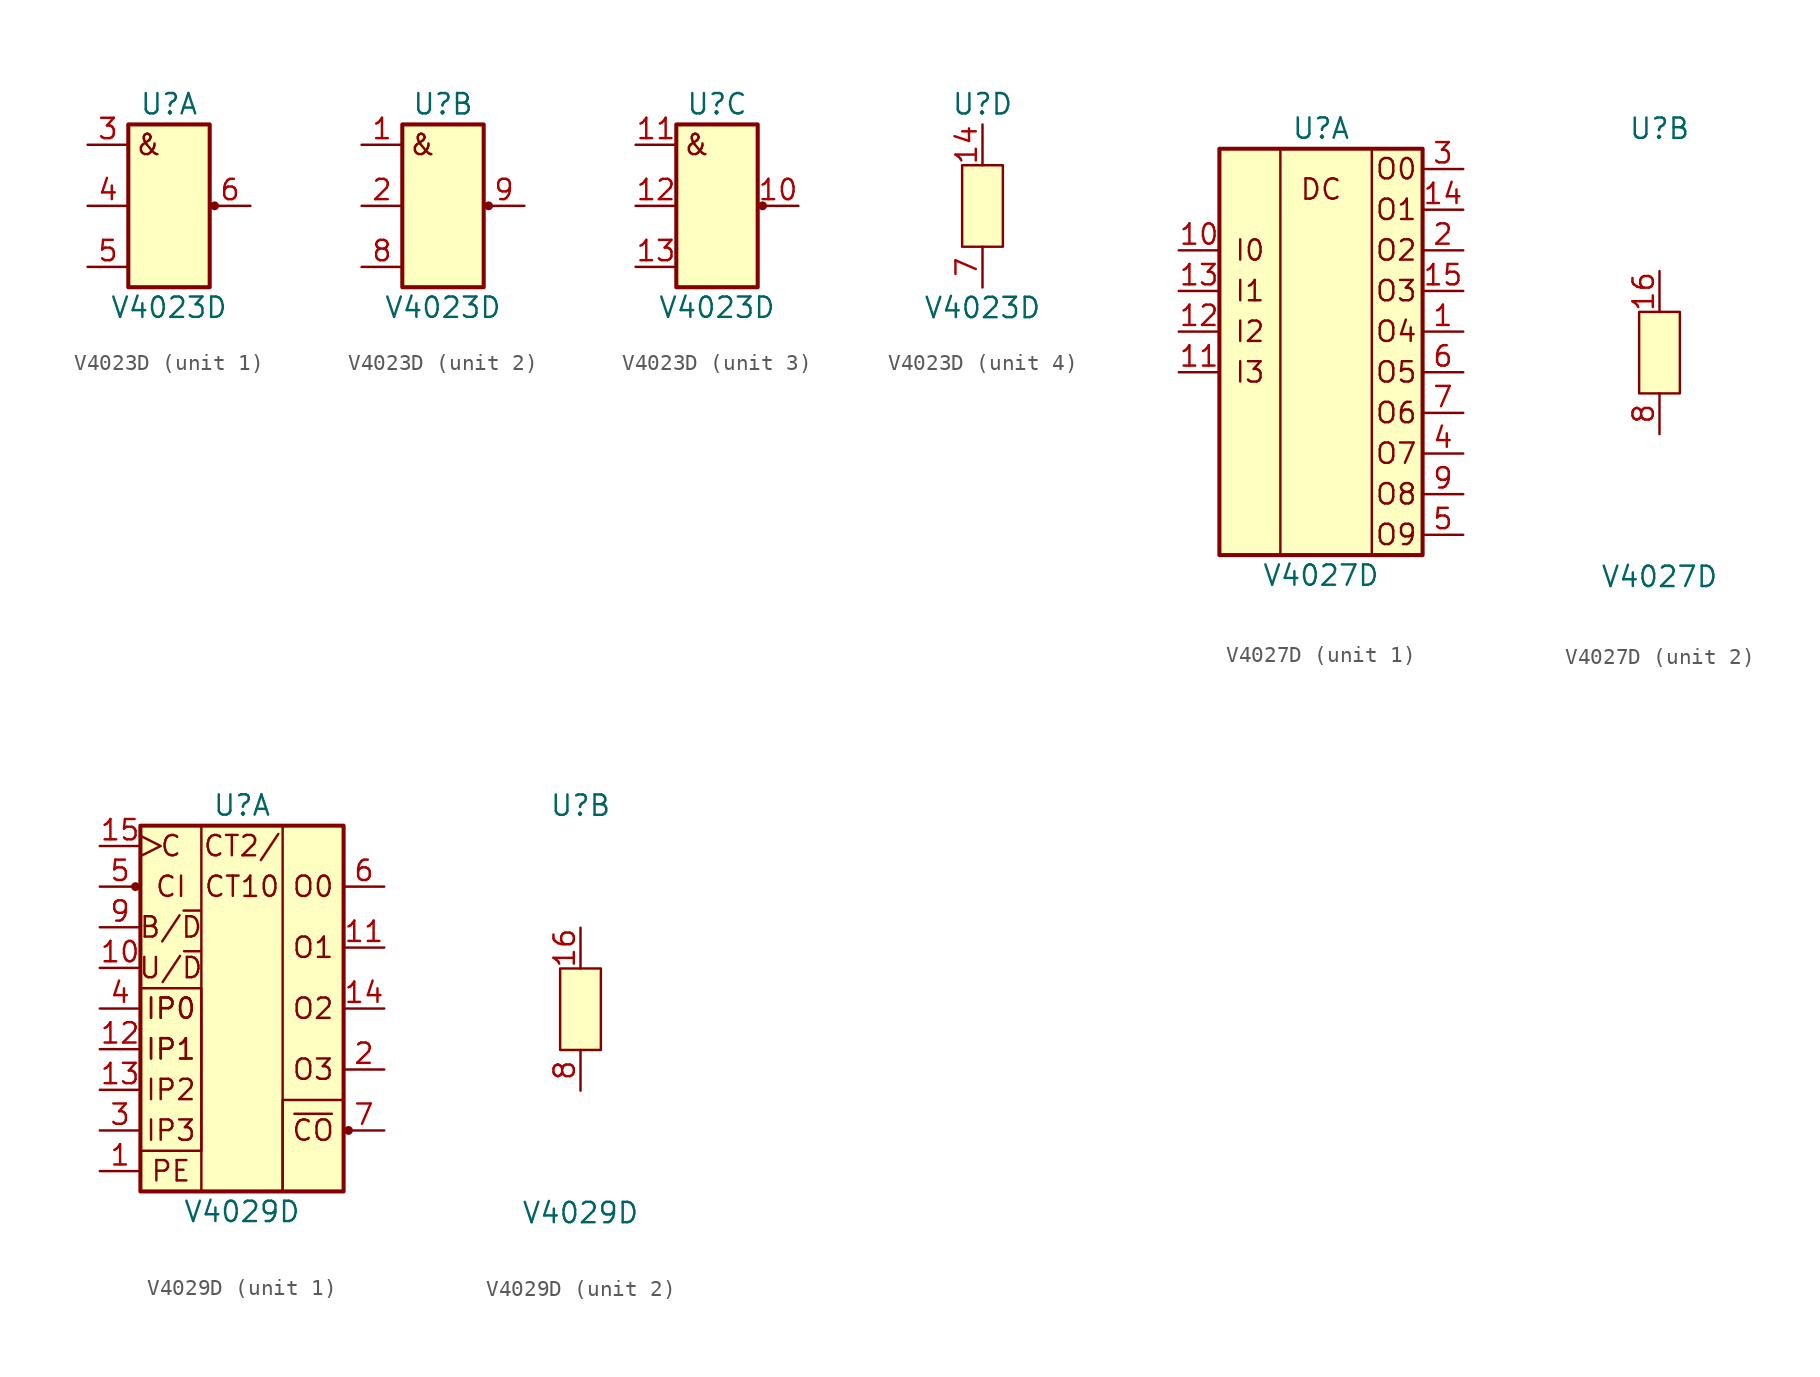
<source format=kicad_sym>
(kicad_symbol_lib
  (version 20211014)
  (generator kicad_symbol_editor)
  (symbol "V4023D"
    (pin_names
      (offset 1.016) hide)
    (property "Reference" "U"
      (at 0 6.35 0)
      (effects (font (size 1.27 1.27))))
    (property "Value" "V4023D"
      (at 0 -6.35 0)
      (effects (font (size 1.27 1.27))))
    (property "ki_locked" ""
      (at 0 0 0)
      (effects (font (size 1.27 1.27))))
    (symbol "V4023D_1_0"
      (pin output line (at 5.08 0 180) (length 2.54) (name "Y1" (effects (font (size 1.27 1.27)))) (number "6" (effects (font (size 1.27 1.27))))))
    (symbol "V4023D_1_1"
      (rectangle (start -2.54 5.08) (end 2.54 -5.08) (stroke (width 0.254) (type default) (color 0 0 0 0)) (fill (type background)))
      (circle (center 2.845 0) (radius 0.203) (stroke (width 0) (type default) (color 0 0 0 0)) (fill (type outline)))
      (text "&" (at -1.27 3.81 0) (effects (font (size 1.27 1.27))))
      (pin input line (at -5.08 3.81 0) (length 2.54) (name "A1" (effects (font (size 1.27 1.27)))) (number "3" (effects (font (size 1.27 1.27)))))
      (pin input line (at -5.08 0 0) (length 2.54) (name "B1" (effects (font (size 1.27 1.27)))) (number "4" (effects (font (size 1.27 1.27)))))
      (pin input line (at -5.08 -3.81 0) (length 2.54) (name "C1" (effects (font (size 1.27 1.27)))) (number "5" (effects (font (size 1.27 1.27))))))
    (symbol "V4023D_2_1"
      (rectangle (start -2.54 5.08) (end 2.54 -5.08) (stroke (width 0.254) (type default) (color 0 0 0 0)) (fill (type background)))
      (circle (center 2.845 0) (radius 0.203) (stroke (width 0) (type default) (color 0 0 0 0)) (fill (type outline)))
      (text "&" (at -1.27 3.81 0) (effects (font (size 1.27 1.27))))
      (pin input line (at -5.08 3.81 0) (length 2.54) (name "A2" (effects (font (size 1.27 1.27)))) (number "1" (effects (font (size 1.27 1.27)))))
      (pin input line (at -5.08 0 0) (length 2.54) (name "B2" (effects (font (size 1.27 1.27)))) (number "2" (effects (font (size 1.27 1.27)))))
      (pin input line (at -5.08 -3.81 0) (length 2.54) (name "C2" (effects (font (size 1.27 1.27)))) (number "8" (effects (font (size 1.27 1.27)))))
      (pin output line (at 5.08 0 180) (length 2.54) (name "Y2" (effects (font (size 1.27 1.27)))) (number "9" (effects (font (size 1.27 1.27))))))
    (symbol "V4023D_3_1"
      (rectangle (start -2.54 5.08) (end 2.54 -5.08) (stroke (width 0.254) (type default) (color 0 0 0 0)) (fill (type background)))
      (circle (center 2.845 0) (radius 0.203) (stroke (width 0) (type default) (color 0 0 0 0)) (fill (type outline)))
      (text "&" (at -1.27 3.81 0) (effects (font (size 1.27 1.27))))
      (pin output line (at 5.08 0 180) (length 2.54) (name "Y3" (effects (font (size 1.27 1.27)))) (number "10" (effects (font (size 1.27 1.27)))))
      (pin input line (at -5.08 3.81 0) (length 2.54) (name "A3" (effects (font (size 1.27 1.27)))) (number "11" (effects (font (size 1.27 1.27)))))
      (pin input line (at -5.08 0 0) (length 2.54) (name "B3" (effects (font (size 1.27 1.27)))) (number "12" (effects (font (size 1.27 1.27)))))
      (pin input line (at -5.08 -3.81 0) (length 2.54) (name "C3" (effects (font (size 1.27 1.27)))) (number "13" (effects (font (size 1.27 1.27))))))
    (symbol "V4023D_4_1"
      (rectangle (start -1.27 2.54) (end 1.27 -2.54) (stroke (width 0) (type default) (color 0 0 0 0)) (fill (type background)))
      (pin power_in line (at 0 5.08 270) (length 2.54) (name "Vcc" (effects (font (size 1.27 1.27)))) (number "14" (effects (font (size 1.27 1.27)))))
      (pin power_in line (at 0 -5.08 90) (length 2.54) (name "GND" (effects (font (size 1.27 1.27)))) (number "7" (effects (font (size 1.27 1.27)))))))
  (symbol "V4027D"
    (pin_names
      (offset 1.016) hide)
    (property "Reference" "U"
      (at 0 13.97 0)
      (effects (font (size 1.27 1.27))))
    (property "Value" "V4027D"
      (at 0 -13.97 0)
      (effects (font (size 1.27 1.27))))
    (property "ki_locked" ""
      (at 0 0 0)
      (effects (font (size 1.27 1.27))))
    (symbol "V4027D_1_1"
      (rectangle (start -6.35 12.7) (end 6.35 -12.7) (stroke (width 0.254) (type default) (color 0 0 0 0)) (fill (type background)))
      (rectangle (start 3.175 12.7) (end -2.54 -12.7) (stroke (width 0) (type default) (color 0 0 0 0)) (fill (type none)))
      (text "DC" (at 0 10.16 0) (effects (font (size 1.27 1.27))))
      (text "I0" (at -4.445 6.35 0) (effects (font (size 1.27 1.27))))
      (text "I1" (at -4.445 3.81 0) (effects (font (size 1.27 1.27))))
      (text "I2" (at -4.445 1.27 0) (effects (font (size 1.27 1.27))))
      (text "I3" (at -4.445 -1.27 0) (effects (font (size 1.27 1.27))))
      (text "O0" (at 4.699 11.43 0) (effects (font (size 1.27 1.27))))
      (text "O1" (at 4.699 8.89 0) (effects (font (size 1.27 1.27))))
      (text "O2" (at 4.699 6.35 0) (effects (font (size 1.27 1.27))))
      (text "O3" (at 4.699 3.81 0) (effects (font (size 1.27 1.27))))
      (text "O4" (at 4.699 1.27 0) (effects (font (size 1.27 1.27))))
      (text "O5" (at 4.699 -1.27 0) (effects (font (size 1.27 1.27))))
      (text "O6" (at 4.699 -3.81 0) (effects (font (size 1.27 1.27))))
      (text "O7" (at 4.699 -6.35 0) (effects (font (size 1.27 1.27))))
      (text "O8" (at 4.699 -8.89 0) (effects (font (size 1.27 1.27))))
      (text "O9" (at 4.699 -11.43 0) (effects (font (size 1.27 1.27))))
      (pin output line (at 8.89 1.27 180) (length 2.54) (name "O4" (effects (font (size 1.27 1.27)))) (number "1" (effects (font (size 1.27 1.27)))))
      (pin input line (at -8.89 6.35 0) (length 2.54) (name "I0" (effects (font (size 1.27 1.27)))) (number "10" (effects (font (size 1.27 1.27)))))
      (pin input line (at -8.89 -1.27 0) (length 2.54) (name "I3" (effects (font (size 1.27 1.27)))) (number "11" (effects (font (size 1.27 1.27)))))
      (pin input line (at -8.89 1.27 0) (length 2.54) (name "I2" (effects (font (size 1.27 1.27)))) (number "12" (effects (font (size 1.27 1.27)))))
      (pin input line (at -8.89 3.81 0) (length 2.54) (name "I1" (effects (font (size 1.27 1.27)))) (number "13" (effects (font (size 1.27 1.27)))))
      (pin output line (at 8.89 8.89 180) (length 2.54) (name "O1" (effects (font (size 1.27 1.27)))) (number "14" (effects (font (size 1.27 1.27)))))
      (pin output line (at 8.89 3.81 180) (length 2.54) (name "O3" (effects (font (size 1.27 1.27)))) (number "15" (effects (font (size 1.27 1.27)))))
      (pin output line (at 8.89 6.35 180) (length 2.54) (name "O2" (effects (font (size 1.27 1.27)))) (number "2" (effects (font (size 1.27 1.27)))))
      (pin output line (at 8.89 11.43 180) (length 2.54) (name "O0" (effects (font (size 1.27 1.27)))) (number "3" (effects (font (size 1.27 1.27)))))
      (pin output line (at 8.89 -6.35 180) (length 2.54) (name "O7" (effects (font (size 1.27 1.27)))) (number "4" (effects (font (size 1.27 1.27)))))
      (pin output line (at 8.89 -11.43 180) (length 2.54) (name "O9" (effects (font (size 1.27 1.27)))) (number "5" (effects (font (size 1.27 1.27)))))
      (pin output line (at 8.89 -1.27 180) (length 2.54) (name "O5" (effects (font (size 1.27 1.27)))) (number "6" (effects (font (size 1.27 1.27)))))
      (pin output line (at 8.89 -3.81 180) (length 2.54) (name "O6" (effects (font (size 1.27 1.27)))) (number "7" (effects (font (size 1.27 1.27)))))
      (pin output line (at 8.89 -8.89 180) (length 2.54) (name "O8" (effects (font (size 1.27 1.27)))) (number "9" (effects (font (size 1.27 1.27))))))
    (symbol "V4027D_2_1"
      (rectangle (start -1.27 2.54) (end 1.27 -2.54) (stroke (width 0) (type default) (color 0 0 0 0)) (fill (type background)))
      (pin power_in line (at 0 5.08 270) (length 2.54) (name "Vcc" (effects (font (size 1.27 1.27)))) (number "16" (effects (font (size 1.27 1.27)))))
      (pin power_in line (at 0 -5.08 90) (length 2.54) (name "GND" (effects (font (size 1.27 1.27)))) (number "8" (effects (font (size 1.27 1.27)))))))
  (symbol "V4029D"
    (pin_names
      (offset 1.016) hide)
    (property "Reference" "U"
      (at 0 12.7 0)
      (effects (font (size 1.27 1.27))))
    (property "Value" "V4029D"
      (at 0 -12.7 0)
      (effects (font (size 1.27 1.27))))
    (property "ki_locked" ""
      (at 0 0 0)
      (effects (font (size 1.27 1.27))))
    (symbol "V4029D_1_0"
      (text "B/~{D}" (at -4.445 5.08 0) (effects (font (size 1.27 1.27))))
      (text "C" (at -4.445 10.16 0) (effects (font (size 1.27 1.27))))
      (text "CI" (at -4.445 7.62 0) (effects (font (size 1.27 1.27))))
      (text "CT10" (at 0 7.62 0) (effects (font (size 1.27 1.27))))
      (text "CT2/" (at 0 10.16 0) (effects (font (size 1.27 1.27))))
      (text "IP0" (at -4.445 0 0) (effects (font (size 1.27 1.27))))
      (text "IP0" (at -4.445 0 0) (effects (font (size 1.27 1.27))))
      (text "IP1" (at -4.445 -2.54 0) (effects (font (size 1.27 1.27))))
      (text "IP1" (at -4.445 -2.54 0) (effects (font (size 1.27 1.27))))
      (text "IP2" (at -4.445 -5.08 0) (effects (font (size 1.27 1.27))))
      (text "IP3" (at -4.445 -7.62 0) (effects (font (size 1.27 1.27))))
      (text "O0" (at 4.445 7.62 0) (effects (font (size 1.27 1.27))))
      (text "O1" (at 4.445 3.81 0) (effects (font (size 1.27 1.27))))
      (text "O2" (at 4.445 0 0) (effects (font (size 1.27 1.27))))
      (text "O3" (at 4.445 -3.81 0) (effects (font (size 1.27 1.27))))
      (text "PE" (at -4.445 -10.16 0) (effects (font (size 1.27 1.27))))
      (text "U/~{D}" (at -4.445 2.54 0) (effects (font (size 1.27 1.27))))
      (text "~{CO}" (at 4.445 -7.62 0) (effects (font (size 1.27 1.27)))))
    (symbol "V4029D_1_1"
      (circle (center -6.655 7.62) (radius 0.203) (stroke (width 0) (type default) (color 0 0 0 0)) (fill (type outline)))
      (rectangle (start -6.35 1.27) (end -2.54 -8.89) (stroke (width 0) (type default) (color 0 0 0 0)) (fill (type none)))
      (rectangle (start -6.35 11.43) (end 6.35 -11.43) (stroke (width 0.254) (type default) (color 0 0 0 0)) (fill (type background)))
      (rectangle (start -2.54 11.43) (end 2.54 -11.43) (stroke (width 0) (type default) (color 0 0 0 0)) (fill (type none)))
      (rectangle (start 2.54 -5.715) (end 6.35 -11.43) (stroke (width 0) (type default) (color 0 0 0 0)) (fill (type none)))
      (circle (center 6.655 -7.62) (radius 0.203) (stroke (width 0) (type default) (color 0 0 0 0)) (fill (type outline)))
      (pin input line (at -8.89 -10.16 0) (length 2.54) (name "PE" (effects (font (size 1.27 1.27)))) (number "1" (effects (font (size 1.27 1.27)))))
      (pin input line (at -8.89 2.54 0) (length 2.54) (name "UD" (effects (font (size 1.27 1.27)))) (number "10" (effects (font (size 1.27 1.27)))))
      (pin output line (at 8.89 3.81 180) (length 2.54) (name "O1" (effects (font (size 1.27 1.27)))) (number "11" (effects (font (size 1.27 1.27)))))
      (pin input line (at -8.89 -2.54 0) (length 2.54) (name "IP1" (effects (font (size 1.27 1.27)))) (number "12" (effects (font (size 1.27 1.27)))))
      (pin input line (at -8.89 -5.08 0) (length 2.54) (name "IP2" (effects (font (size 1.27 1.27)))) (number "13" (effects (font (size 1.27 1.27)))))
      (pin output line (at 8.89 0 180) (length 2.54) (name "O2" (effects (font (size 1.27 1.27)))) (number "14" (effects (font (size 1.27 1.27)))))
      (pin input clock (at -8.89 10.16 0) (length 2.54) (name "C" (effects (font (size 1.27 1.27)))) (number "15" (effects (font (size 1.27 1.27)))))
      (pin output line (at 8.89 -3.81 180) (length 2.54) (name "O3" (effects (font (size 1.27 1.27)))) (number "2" (effects (font (size 1.27 1.27)))))
      (pin input line (at -8.89 -7.62 0) (length 2.54) (name "IP3" (effects (font (size 1.27 1.27)))) (number "3" (effects (font (size 1.27 1.27)))))
      (pin input line (at -8.89 0 0) (length 2.54) (name "IP0" (effects (font (size 1.27 1.27)))) (number "4" (effects (font (size 1.27 1.27)))))
      (pin input line (at -8.89 7.62 0) (length 2.54) (name "~{CI}" (effects (font (size 1.27 1.27)))) (number "5" (effects (font (size 1.27 1.27)))))
      (pin output line (at 8.89 7.62 180) (length 2.54) (name "O0" (effects (font (size 1.27 1.27)))) (number "6" (effects (font (size 1.27 1.27)))))
      (pin output line (at 8.89 -7.62 180) (length 2.54) (name "~{CO}" (effects (font (size 1.27 1.27)))) (number "7" (effects (font (size 1.27 1.27)))))
      (pin input line (at -8.89 5.08 0) (length 2.54) (name "BD" (effects (font (size 1.27 1.27)))) (number "9" (effects (font (size 1.27 1.27))))))
    (symbol "V4029D_2_1"
      (rectangle (start -1.27 2.54) (end 1.27 -2.54) (stroke (width 0) (type default) (color 0 0 0 0)) (fill (type background)))
      (pin power_in line (at 0 5.08 270) (length 2.54) (name "Vcc" (effects (font (size 1.27 1.27)))) (number "16" (effects (font (size 1.27 1.27)))))
      (pin power_in line (at 0 -5.08 90) (length 2.54) (name "GND" (effects (font (size 1.27 1.27)))) (number "8" (effects (font (size 1.27 1.27))))))))
</source>
